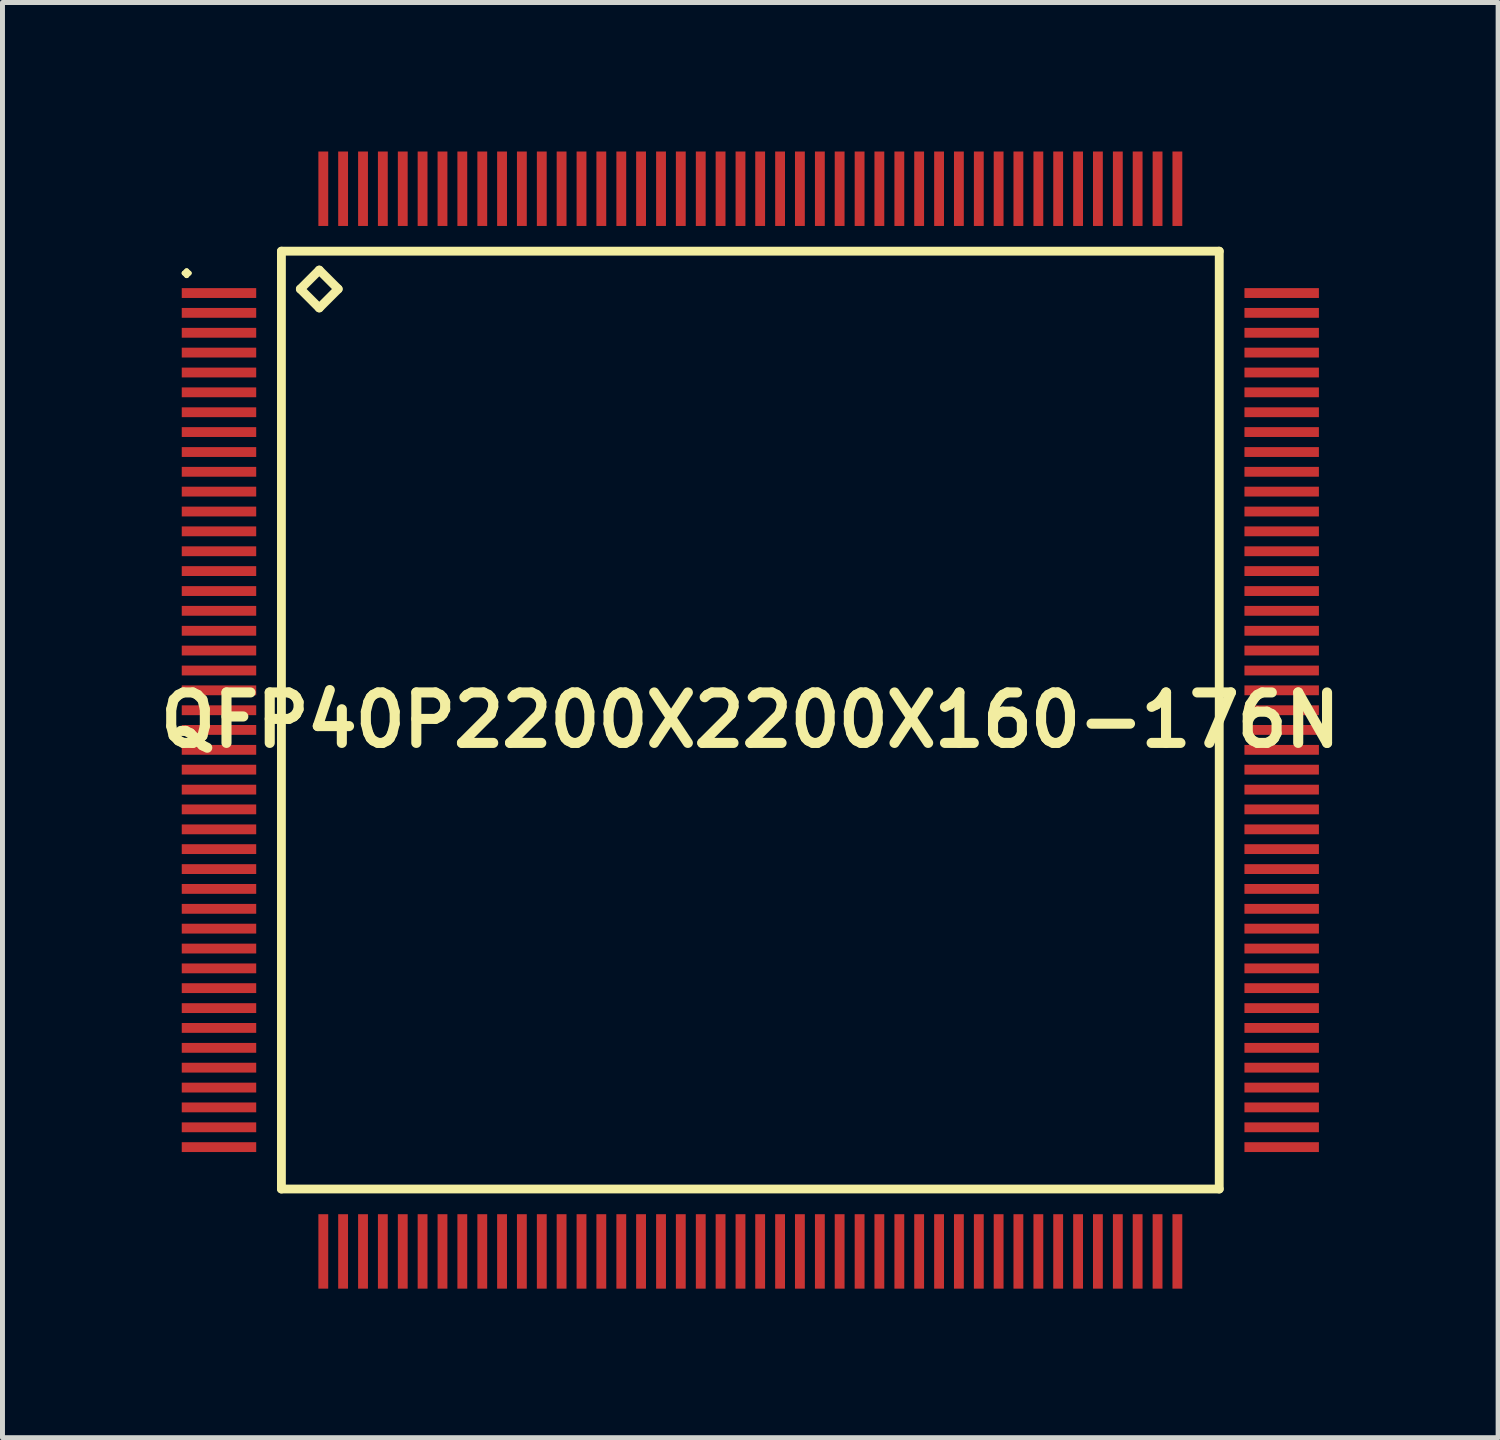
<source format=kicad_pcb>
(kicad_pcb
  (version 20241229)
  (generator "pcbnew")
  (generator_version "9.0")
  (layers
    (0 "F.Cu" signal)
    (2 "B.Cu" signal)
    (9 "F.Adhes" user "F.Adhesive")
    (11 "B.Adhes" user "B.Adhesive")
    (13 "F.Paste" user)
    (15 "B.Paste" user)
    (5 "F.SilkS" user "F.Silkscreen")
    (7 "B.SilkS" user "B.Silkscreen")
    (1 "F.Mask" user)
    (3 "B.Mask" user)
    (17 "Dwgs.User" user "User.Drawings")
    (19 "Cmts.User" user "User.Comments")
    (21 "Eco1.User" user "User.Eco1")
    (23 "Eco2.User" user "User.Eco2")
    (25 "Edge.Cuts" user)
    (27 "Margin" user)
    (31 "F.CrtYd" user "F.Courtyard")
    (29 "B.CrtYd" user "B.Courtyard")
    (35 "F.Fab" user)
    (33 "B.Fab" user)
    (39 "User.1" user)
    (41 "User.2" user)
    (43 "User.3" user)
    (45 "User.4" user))
  (footprint "QFP40P2200X2200X160-176N"
    (layer "F.Cu")
    (at 12.057 11.448)
    (property "Reference" "QFP40P2200X2200X160-176N" (at 0 0 0) (layer "F.SilkS") (effects (font (size 1.016 1.016) (thickness 0.203))))
    (attr smd)
    (fp_line (start -11.4 -8.999) (end -11.349 -9.047) (stroke (width 0.099) (type solid)) (layer "F.SilkS"))
    (fp_line (start -11.349 -9.047) (end -11.298 -8.999) (stroke (width 0.099) (type solid)) (layer "F.SilkS"))
    (fp_line (start -11.349 -8.948) (end -11.4 -8.999) (stroke (width 0.099) (type solid)) (layer "F.SilkS"))
    (fp_line (start -11.298 -8.999) (end -11.349 -8.948) (stroke (width 0.099) (type solid)) (layer "F.SilkS"))
    (fp_line (start -9.441 -9.441) (end -9.441 9.441) (stroke (width 0.178) (type solid)) (layer "F.SilkS"))
    (fp_line (start -9.441 9.441) (end 9.441 9.441) (stroke (width 0.178) (type solid)) (layer "F.SilkS"))
    (fp_line (start -9.06 -8.679) (end -8.679 -9.06) (stroke (width 0.178) (type solid)) (layer "F.SilkS"))
    (fp_line (start -8.679 -9.06) (end -8.298 -8.679) (stroke (width 0.178) (type solid)) (layer "F.SilkS"))
    (fp_line (start -8.679 -8.298) (end -9.06 -8.679) (stroke (width 0.178) (type solid)) (layer "F.SilkS"))
    (fp_line (start -8.298 -8.679) (end -8.679 -8.298) (stroke (width 0.178) (type solid)) (layer "F.SilkS"))
    (fp_line (start 9.441 -9.441) (end -9.441 -9.441) (stroke (width 0.178) (type solid)) (layer "F.SilkS"))
    (fp_line (start 9.441 9.441) (end 9.441 -9.441) (stroke (width 0.178) (type solid)) (layer "F.SilkS"))
    (pad "1" smd rect (at -10.698 -8.598) (size 1.499 0.198) (layers "F.Cu" "F.Mask" "F.Paste"))
    (pad "2" smd rect (at -10.698 -8.199) (size 1.499 0.198) (layers "F.Cu" "F.Mask" "F.Paste"))
    (pad "3" smd rect (at -10.698 -7.798) (size 1.499 0.198) (layers "F.Cu" "F.Mask" "F.Paste"))
    (pad "4" smd rect (at -10.698 -7.399) (size 1.499 0.198) (layers "F.Cu" "F.Mask" "F.Paste"))
    (pad "5" smd rect (at -10.698 -6.998) (size 1.499 0.198) (layers "F.Cu" "F.Mask" "F.Paste"))
    (pad "6" smd rect (at -10.698 -6.599) (size 1.499 0.198) (layers "F.Cu" "F.Mask" "F.Paste"))
    (pad "7" smd rect (at -10.698 -6.198) (size 1.499 0.198) (layers "F.Cu" "F.Mask" "F.Paste"))
    (pad "8" smd rect (at -10.698 -5.799) (size 1.499 0.198) (layers "F.Cu" "F.Mask" "F.Paste"))
    (pad "9" smd rect (at -10.698 -5.397) (size 1.499 0.198) (layers "F.Cu" "F.Mask" "F.Paste"))
    (pad "10" smd rect (at -10.698 -4.999) (size 1.499 0.198) (layers "F.Cu" "F.Mask" "F.Paste"))
    (pad "11" smd rect (at -10.698 -4.6) (size 1.499 0.198) (layers "F.Cu" "F.Mask" "F.Paste"))
    (pad "12" smd rect (at -10.698 -4.199) (size 1.499 0.198) (layers "F.Cu" "F.Mask" "F.Paste"))
    (pad "13" smd rect (at -10.698 -3.8) (size 1.499 0.198) (layers "F.Cu" "F.Mask" "F.Paste"))
    (pad "14" smd rect (at -10.698 -3.399) (size 1.499 0.198) (layers "F.Cu" "F.Mask" "F.Paste"))
    (pad "15" smd rect (at -10.698 -3) (size 1.499 0.198) (layers "F.Cu" "F.Mask" "F.Paste"))
    (pad "16" smd rect (at -10.698 -2.598) (size 1.499 0.198) (layers "F.Cu" "F.Mask" "F.Paste"))
    (pad "17" smd rect (at -10.698 -2.2) (size 1.499 0.198) (layers "F.Cu" "F.Mask" "F.Paste"))
    (pad "18" smd rect (at -10.698 -1.798) (size 1.499 0.198) (layers "F.Cu" "F.Mask" "F.Paste"))
    (pad "19" smd rect (at -10.698 -1.4) (size 1.499 0.198) (layers "F.Cu" "F.Mask" "F.Paste"))
    (pad "20" smd rect (at -10.698 -0.998) (size 1.499 0.198) (layers "F.Cu" "F.Mask" "F.Paste"))
    (pad "21" smd rect (at -10.698 -0.599) (size 1.499 0.198) (layers "F.Cu" "F.Mask" "F.Paste"))
    (pad "22" smd rect (at -10.698 -0.198) (size 1.499 0.198) (layers "F.Cu" "F.Mask" "F.Paste"))
    (pad "23" smd rect (at -10.698 0.198) (size 1.499 0.198) (layers "F.Cu" "F.Mask" "F.Paste"))
    (pad "24" smd rect (at -10.698 0.599) (size 1.499 0.198) (layers "F.Cu" "F.Mask" "F.Paste"))
    (pad "25" smd rect (at -10.698 0.998) (size 1.499 0.198) (layers "F.Cu" "F.Mask" "F.Paste"))
    (pad "26" smd rect (at -10.698 1.4) (size 1.499 0.198) (layers "F.Cu" "F.Mask" "F.Paste"))
    (pad "27" smd rect (at -10.698 1.798) (size 1.499 0.198) (layers "F.Cu" "F.Mask" "F.Paste"))
    (pad "28" smd rect (at -10.698 2.2) (size 1.499 0.198) (layers "F.Cu" "F.Mask" "F.Paste"))
    (pad "29" smd rect (at -10.698 2.598) (size 1.499 0.198) (layers "F.Cu" "F.Mask" "F.Paste"))
    (pad "30" smd rect (at -10.698 3) (size 1.499 0.198) (layers "F.Cu" "F.Mask" "F.Paste"))
    (pad "31" smd rect (at -10.698 3.399) (size 1.499 0.198) (layers "F.Cu" "F.Mask" "F.Paste"))
    (pad "32" smd rect (at -10.698 3.8) (size 1.499 0.198) (layers "F.Cu" "F.Mask" "F.Paste"))
    (pad "33" smd rect (at -10.698 4.199) (size 1.499 0.198) (layers "F.Cu" "F.Mask" "F.Paste"))
    (pad "34" smd rect (at -10.698 4.6) (size 1.499 0.198) (layers "F.Cu" "F.Mask" "F.Paste"))
    (pad "35" smd rect (at -10.698 4.999) (size 1.499 0.198) (layers "F.Cu" "F.Mask" "F.Paste"))
    (pad "36" smd rect (at -10.698 5.397) (size 1.499 0.198) (layers "F.Cu" "F.Mask" "F.Paste"))
    (pad "37" smd rect (at -10.698 5.799) (size 1.499 0.198) (layers "F.Cu" "F.Mask" "F.Paste"))
    (pad "38" smd rect (at -10.698 6.198) (size 1.499 0.198) (layers "F.Cu" "F.Mask" "F.Paste"))
    (pad "39" smd rect (at -10.698 6.599) (size 1.499 0.198) (layers "F.Cu" "F.Mask" "F.Paste"))
    (pad "40" smd rect (at -10.698 6.998) (size 1.499 0.198) (layers "F.Cu" "F.Mask" "F.Paste"))
    (pad "41" smd rect (at -10.698 7.399) (size 1.499 0.198) (layers "F.Cu" "F.Mask" "F.Paste"))
    (pad "42" smd rect (at -10.698 7.798) (size 1.499 0.198) (layers "F.Cu" "F.Mask" "F.Paste"))
    (pad "43" smd rect (at -10.698 8.199) (size 1.499 0.198) (layers "F.Cu" "F.Mask" "F.Paste"))
    (pad "44" smd rect (at -10.698 8.598) (size 1.499 0.198) (layers "F.Cu" "F.Mask" "F.Paste"))
    (pad "45" smd rect (at -8.598 10.698) (size 0.198 1.499) (layers "F.Cu" "F.Mask" "F.Paste"))
    (pad "46" smd rect (at -8.199 10.698) (size 0.198 1.499) (layers "F.Cu" "F.Mask" "F.Paste"))
    (pad "47" smd rect (at -7.798 10.698) (size 0.198 1.499) (layers "F.Cu" "F.Mask" "F.Paste"))
    (pad "48" smd rect (at -7.399 10.698) (size 0.198 1.499) (layers "F.Cu" "F.Mask" "F.Paste"))
    (pad "49" smd rect (at -6.998 10.698) (size 0.198 1.499) (layers "F.Cu" "F.Mask" "F.Paste"))
    (pad "50" smd rect (at -6.599 10.698) (size 0.198 1.499) (layers "F.Cu" "F.Mask" "F.Paste"))
    (pad "51" smd rect (at -6.198 10.698) (size 0.198 1.499) (layers "F.Cu" "F.Mask" "F.Paste"))
    (pad "52" smd rect (at -5.799 10.698) (size 0.198 1.499) (layers "F.Cu" "F.Mask" "F.Paste"))
    (pad "53" smd rect (at -5.397 10.698) (size 0.198 1.499) (layers "F.Cu" "F.Mask" "F.Paste"))
    (pad "54" smd rect (at -4.999 10.698) (size 0.198 1.499) (layers "F.Cu" "F.Mask" "F.Paste"))
    (pad "55" smd rect (at -4.6 10.698) (size 0.198 1.499) (layers "F.Cu" "F.Mask" "F.Paste"))
    (pad "56" smd rect (at -4.199 10.698) (size 0.198 1.499) (layers "F.Cu" "F.Mask" "F.Paste"))
    (pad "57" smd rect (at -3.8 10.698) (size 0.198 1.499) (layers "F.Cu" "F.Mask" "F.Paste"))
    (pad "58" smd rect (at -3.399 10.698) (size 0.198 1.499) (layers "F.Cu" "F.Mask" "F.Paste"))
    (pad "59" smd rect (at -3 10.698) (size 0.198 1.499) (layers "F.Cu" "F.Mask" "F.Paste"))
    (pad "60" smd rect (at -2.598 10.698) (size 0.198 1.499) (layers "F.Cu" "F.Mask" "F.Paste"))
    (pad "61" smd rect (at -2.2 10.698) (size 0.198 1.499) (layers "F.Cu" "F.Mask" "F.Paste"))
    (pad "62" smd rect (at -1.798 10.698) (size 0.198 1.499) (layers "F.Cu" "F.Mask" "F.Paste"))
    (pad "63" smd rect (at -1.4 10.698) (size 0.198 1.499) (layers "F.Cu" "F.Mask" "F.Paste"))
    (pad "64" smd rect (at -0.998 10.698) (size 0.198 1.499) (layers "F.Cu" "F.Mask" "F.Paste"))
    (pad "65" smd rect (at -0.599 10.698) (size 0.198 1.499) (layers "F.Cu" "F.Mask" "F.Paste"))
    (pad "66" smd rect (at -0.198 10.698) (size 0.198 1.499) (layers "F.Cu" "F.Mask" "F.Paste"))
    (pad "67" smd rect (at 0.198 10.698) (size 0.198 1.499) (layers "F.Cu" "F.Mask" "F.Paste"))
    (pad "68" smd rect (at 0.599 10.698) (size 0.198 1.499) (layers "F.Cu" "F.Mask" "F.Paste"))
    (pad "69" smd rect (at 0.998 10.698) (size 0.198 1.499) (layers "F.Cu" "F.Mask" "F.Paste"))
    (pad "70" smd rect (at 1.4 10.698) (size 0.198 1.499) (layers "F.Cu" "F.Mask" "F.Paste"))
    (pad "71" smd rect (at 1.798 10.698) (size 0.198 1.499) (layers "F.Cu" "F.Mask" "F.Paste"))
    (pad "72" smd rect (at 2.2 10.698) (size 0.198 1.499) (layers "F.Cu" "F.Mask" "F.Paste"))
    (pad "73" smd rect (at 2.598 10.698) (size 0.198 1.499) (layers "F.Cu" "F.Mask" "F.Paste"))
    (pad "74" smd rect (at 3 10.698) (size 0.198 1.499) (layers "F.Cu" "F.Mask" "F.Paste"))
    (pad "75" smd rect (at 3.399 10.698) (size 0.198 1.499) (layers "F.Cu" "F.Mask" "F.Paste"))
    (pad "76" smd rect (at 3.8 10.698) (size 0.198 1.499) (layers "F.Cu" "F.Mask" "F.Paste"))
    (pad "77" smd rect (at 4.199 10.698) (size 0.198 1.499) (layers "F.Cu" "F.Mask" "F.Paste"))
    (pad "78" smd rect (at 4.6 10.698) (size 0.198 1.499) (layers "F.Cu" "F.Mask" "F.Paste"))
    (pad "79" smd rect (at 4.999 10.698) (size 0.198 1.499) (layers "F.Cu" "F.Mask" "F.Paste"))
    (pad "80" smd rect (at 5.397 10.698) (size 0.198 1.499) (layers "F.Cu" "F.Mask" "F.Paste"))
    (pad "81" smd rect (at 5.799 10.698) (size 0.198 1.499) (layers "F.Cu" "F.Mask" "F.Paste"))
    (pad "82" smd rect (at 6.198 10.698) (size 0.198 1.499) (layers "F.Cu" "F.Mask" "F.Paste"))
    (pad "83" smd rect (at 6.599 10.698) (size 0.198 1.499) (layers "F.Cu" "F.Mask" "F.Paste"))
    (pad "84" smd rect (at 6.998 10.698) (size 0.198 1.499) (layers "F.Cu" "F.Mask" "F.Paste"))
    (pad "85" smd rect (at 7.399 10.698) (size 0.198 1.499) (layers "F.Cu" "F.Mask" "F.Paste"))
    (pad "86" smd rect (at 7.798 10.698) (size 0.198 1.499) (layers "F.Cu" "F.Mask" "F.Paste"))
    (pad "87" smd rect (at 8.199 10.698) (size 0.198 1.499) (layers "F.Cu" "F.Mask" "F.Paste"))
    (pad "88" smd rect (at 8.598 10.698) (size 0.198 1.499) (layers "F.Cu" "F.Mask" "F.Paste"))
    (pad "89" smd rect (at 10.698 8.598) (size 1.499 0.198) (layers "F.Cu" "F.Mask" "F.Paste"))
    (pad "90" smd rect (at 10.698 8.199) (size 1.499 0.198) (layers "F.Cu" "F.Mask" "F.Paste"))
    (pad "91" smd rect (at 10.698 7.798) (size 1.499 0.198) (layers "F.Cu" "F.Mask" "F.Paste"))
    (pad "92" smd rect (at 10.698 7.399) (size 1.499 0.198) (layers "F.Cu" "F.Mask" "F.Paste"))
    (pad "93" smd rect (at 10.698 6.998) (size 1.499 0.198) (layers "F.Cu" "F.Mask" "F.Paste"))
    (pad "94" smd rect (at 10.698 6.599) (size 1.499 0.198) (layers "F.Cu" "F.Mask" "F.Paste"))
    (pad "95" smd rect (at 10.698 6.198) (size 1.499 0.198) (layers "F.Cu" "F.Mask" "F.Paste"))
    (pad "96" smd rect (at 10.698 5.799) (size 1.499 0.198) (layers "F.Cu" "F.Mask" "F.Paste"))
    (pad "97" smd rect (at 10.698 5.397) (size 1.499 0.198) (layers "F.Cu" "F.Mask" "F.Paste"))
    (pad "98" smd rect (at 10.698 4.999) (size 1.499 0.198) (layers "F.Cu" "F.Mask" "F.Paste"))
    (pad "99" smd rect (at 10.698 4.6) (size 1.499 0.198) (layers "F.Cu" "F.Mask" "F.Paste"))
    (pad "100" smd rect (at 10.698 4.199) (size 1.499 0.198) (layers "F.Cu" "F.Mask" "F.Paste"))
    (pad "101" smd rect (at 10.698 3.8) (size 1.499 0.198) (layers "F.Cu" "F.Mask" "F.Paste"))
    (pad "102" smd rect (at 10.698 3.399) (size 1.499 0.198) (layers "F.Cu" "F.Mask" "F.Paste"))
    (pad "103" smd rect (at 10.698 3) (size 1.499 0.198) (layers "F.Cu" "F.Mask" "F.Paste"))
    (pad "104" smd rect (at 10.698 2.598) (size 1.499 0.198) (layers "F.Cu" "F.Mask" "F.Paste"))
    (pad "105" smd rect (at 10.698 2.2) (size 1.499 0.198) (layers "F.Cu" "F.Mask" "F.Paste"))
    (pad "106" smd rect (at 10.698 1.798) (size 1.499 0.198) (layers "F.Cu" "F.Mask" "F.Paste"))
    (pad "107" smd rect (at 10.698 1.4) (size 1.499 0.198) (layers "F.Cu" "F.Mask" "F.Paste"))
    (pad "108" smd rect (at 10.698 0.998) (size 1.499 0.198) (layers "F.Cu" "F.Mask" "F.Paste"))
    (pad "109" smd rect (at 10.698 0.599) (size 1.499 0.198) (layers "F.Cu" "F.Mask" "F.Paste"))
    (pad "110" smd rect (at 10.698 0.198) (size 1.499 0.198) (layers "F.Cu" "F.Mask" "F.Paste"))
    (pad "111" smd rect (at 10.698 -0.198) (size 1.499 0.198) (layers "F.Cu" "F.Mask" "F.Paste"))
    (pad "112" smd rect (at 10.698 -0.599) (size 1.499 0.198) (layers "F.Cu" "F.Mask" "F.Paste"))
    (pad "113" smd rect (at 10.698 -0.998) (size 1.499 0.198) (layers "F.Cu" "F.Mask" "F.Paste"))
    (pad "114" smd rect (at 10.698 -1.4) (size 1.499 0.198) (layers "F.Cu" "F.Mask" "F.Paste"))
    (pad "115" smd rect (at 10.698 -1.798) (size 1.499 0.198) (layers "F.Cu" "F.Mask" "F.Paste"))
    (pad "116" smd rect (at 10.698 -2.2) (size 1.499 0.198) (layers "F.Cu" "F.Mask" "F.Paste"))
    (pad "117" smd rect (at 10.698 -2.598) (size 1.499 0.198) (layers "F.Cu" "F.Mask" "F.Paste"))
    (pad "118" smd rect (at 10.698 -3) (size 1.499 0.198) (layers "F.Cu" "F.Mask" "F.Paste"))
    (pad "119" smd rect (at 10.698 -3.399) (size 1.499 0.198) (layers "F.Cu" "F.Mask" "F.Paste"))
    (pad "120" smd rect (at 10.698 -3.8) (size 1.499 0.198) (layers "F.Cu" "F.Mask" "F.Paste"))
    (pad "121" smd rect (at 10.698 -4.199) (size 1.499 0.198) (layers "F.Cu" "F.Mask" "F.Paste"))
    (pad "122" smd rect (at 10.698 -4.6) (size 1.499 0.198) (layers "F.Cu" "F.Mask" "F.Paste"))
    (pad "123" smd rect (at 10.698 -4.999) (size 1.499 0.198) (layers "F.Cu" "F.Mask" "F.Paste"))
    (pad "124" smd rect (at 10.698 -5.397) (size 1.499 0.198) (layers "F.Cu" "F.Mask" "F.Paste"))
    (pad "125" smd rect (at 10.698 -5.799) (size 1.499 0.198) (layers "F.Cu" "F.Mask" "F.Paste"))
    (pad "126" smd rect (at 10.698 -6.198) (size 1.499 0.198) (layers "F.Cu" "F.Mask" "F.Paste"))
    (pad "127" smd rect (at 10.698 -6.599) (size 1.499 0.198) (layers "F.Cu" "F.Mask" "F.Paste"))
    (pad "128" smd rect (at 10.698 -6.998) (size 1.499 0.198) (layers "F.Cu" "F.Mask" "F.Paste"))
    (pad "129" smd rect (at 10.698 -7.399) (size 1.499 0.198) (layers "F.Cu" "F.Mask" "F.Paste"))
    (pad "130" smd rect (at 10.698 -7.798) (size 1.499 0.198) (layers "F.Cu" "F.Mask" "F.Paste"))
    (pad "131" smd rect (at 10.698 -8.199) (size 1.499 0.198) (layers "F.Cu" "F.Mask" "F.Paste"))
    (pad "132" smd rect (at 10.698 -8.598) (size 1.499 0.198) (layers "F.Cu" "F.Mask" "F.Paste"))
    (pad "133" smd rect (at 8.598 -10.698) (size 0.198 1.499) (layers "F.Cu" "F.Mask" "F.Paste"))
    (pad "134" smd rect (at 8.199 -10.698) (size 0.198 1.499) (layers "F.Cu" "F.Mask" "F.Paste"))
    (pad "135" smd rect (at 7.798 -10.698) (size 0.198 1.499) (layers "F.Cu" "F.Mask" "F.Paste"))
    (pad "136" smd rect (at 7.399 -10.698) (size 0.198 1.499) (layers "F.Cu" "F.Mask" "F.Paste"))
    (pad "137" smd rect (at 6.998 -10.698) (size 0.198 1.499) (layers "F.Cu" "F.Mask" "F.Paste"))
    (pad "138" smd rect (at 6.599 -10.698) (size 0.198 1.499) (layers "F.Cu" "F.Mask" "F.Paste"))
    (pad "139" smd rect (at 6.198 -10.698) (size 0.198 1.499) (layers "F.Cu" "F.Mask" "F.Paste"))
    (pad "140" smd rect (at 5.799 -10.698) (size 0.198 1.499) (layers "F.Cu" "F.Mask" "F.Paste"))
    (pad "141" smd rect (at 5.397 -10.698) (size 0.198 1.499) (layers "F.Cu" "F.Mask" "F.Paste"))
    (pad "142" smd rect (at 4.999 -10.698) (size 0.198 1.499) (layers "F.Cu" "F.Mask" "F.Paste"))
    (pad "143" smd rect (at 4.6 -10.698) (size 0.198 1.499) (layers "F.Cu" "F.Mask" "F.Paste"))
    (pad "144" smd rect (at 4.199 -10.698) (size 0.198 1.499) (layers "F.Cu" "F.Mask" "F.Paste"))
    (pad "145" smd rect (at 3.8 -10.698) (size 0.198 1.499) (layers "F.Cu" "F.Mask" "F.Paste"))
    (pad "146" smd rect (at 3.399 -10.698) (size 0.198 1.499) (layers "F.Cu" "F.Mask" "F.Paste"))
    (pad "147" smd rect (at 3 -10.698) (size 0.198 1.499) (layers "F.Cu" "F.Mask" "F.Paste"))
    (pad "148" smd rect (at 2.598 -10.698) (size 0.198 1.499) (layers "F.Cu" "F.Mask" "F.Paste"))
    (pad "149" smd rect (at 2.2 -10.698) (size 0.198 1.499) (layers "F.Cu" "F.Mask" "F.Paste"))
    (pad "150" smd rect (at 1.798 -10.698) (size 0.198 1.499) (layers "F.Cu" "F.Mask" "F.Paste"))
    (pad "151" smd rect (at 1.4 -10.698) (size 0.198 1.499) (layers "F.Cu" "F.Mask" "F.Paste"))
    (pad "152" smd rect (at 0.998 -10.698) (size 0.198 1.499) (layers "F.Cu" "F.Mask" "F.Paste"))
    (pad "153" smd rect (at 0.599 -10.698) (size 0.198 1.499) (layers "F.Cu" "F.Mask" "F.Paste"))
    (pad "154" smd rect (at 0.198 -10.698) (size 0.198 1.499) (layers "F.Cu" "F.Mask" "F.Paste"))
    (pad "155" smd rect (at -0.198 -10.698) (size 0.198 1.499) (layers "F.Cu" "F.Mask" "F.Paste"))
    (pad "156" smd rect (at -0.599 -10.698) (size 0.198 1.499) (layers "F.Cu" "F.Mask" "F.Paste"))
    (pad "157" smd rect (at -0.998 -10.698) (size 0.198 1.499) (layers "F.Cu" "F.Mask" "F.Paste"))
    (pad "158" smd rect (at -1.4 -10.698) (size 0.198 1.499) (layers "F.Cu" "F.Mask" "F.Paste"))
    (pad "159" smd rect (at -1.798 -10.698) (size 0.198 1.499) (layers "F.Cu" "F.Mask" "F.Paste"))
    (pad "160" smd rect (at -2.2 -10.698) (size 0.198 1.499) (layers "F.Cu" "F.Mask" "F.Paste"))
    (pad "161" smd rect (at -2.598 -10.698) (size 0.198 1.499) (layers "F.Cu" "F.Mask" "F.Paste"))
    (pad "162" smd rect (at -3 -10.698) (size 0.198 1.499) (layers "F.Cu" "F.Mask" "F.Paste"))
    (pad "163" smd rect (at -3.399 -10.698) (size 0.198 1.499) (layers "F.Cu" "F.Mask" "F.Paste"))
    (pad "164" smd rect (at -3.8 -10.698) (size 0.198 1.499) (layers "F.Cu" "F.Mask" "F.Paste"))
    (pad "165" smd rect (at -4.199 -10.698) (size 0.198 1.499) (layers "F.Cu" "F.Mask" "F.Paste"))
    (pad "166" smd rect (at -4.6 -10.698) (size 0.198 1.499) (layers "F.Cu" "F.Mask" "F.Paste"))
    (pad "167" smd rect (at -4.999 -10.698) (size 0.198 1.499) (layers "F.Cu" "F.Mask" "F.Paste"))
    (pad "168" smd rect (at -5.397 -10.698) (size 0.198 1.499) (layers "F.Cu" "F.Mask" "F.Paste"))
    (pad "169" smd rect (at -5.799 -10.698) (size 0.198 1.499) (layers "F.Cu" "F.Mask" "F.Paste"))
    (pad "170" smd rect (at -6.198 -10.698) (size 0.198 1.499) (layers "F.Cu" "F.Mask" "F.Paste"))
    (pad "171" smd rect (at -6.599 -10.698) (size 0.198 1.499) (layers "F.Cu" "F.Mask" "F.Paste"))
    (pad "172" smd rect (at -6.998 -10.698) (size 0.198 1.499) (layers "F.Cu" "F.Mask" "F.Paste"))
    (pad "173" smd rect (at -7.399 -10.698) (size 0.198 1.499) (layers "F.Cu" "F.Mask" "F.Paste"))
    (pad "174" smd rect (at -7.798 -10.698) (size 0.198 1.499) (layers "F.Cu" "F.Mask" "F.Paste"))
    (pad "175" smd rect (at -8.199 -10.698) (size 0.198 1.499) (layers "F.Cu" "F.Mask" "F.Paste"))
    (pad "176" smd rect (at -8.598 -10.698) (size 0.198 1.499) (layers "F.Cu" "F.Mask" "F.Paste")))
  (gr_rect
    (start -3 -3)
    (end 27.113 25.896)
    (stroke (width 0.1) (type default))
    (fill no)
    (layer "Edge.Cuts")))
</source>
